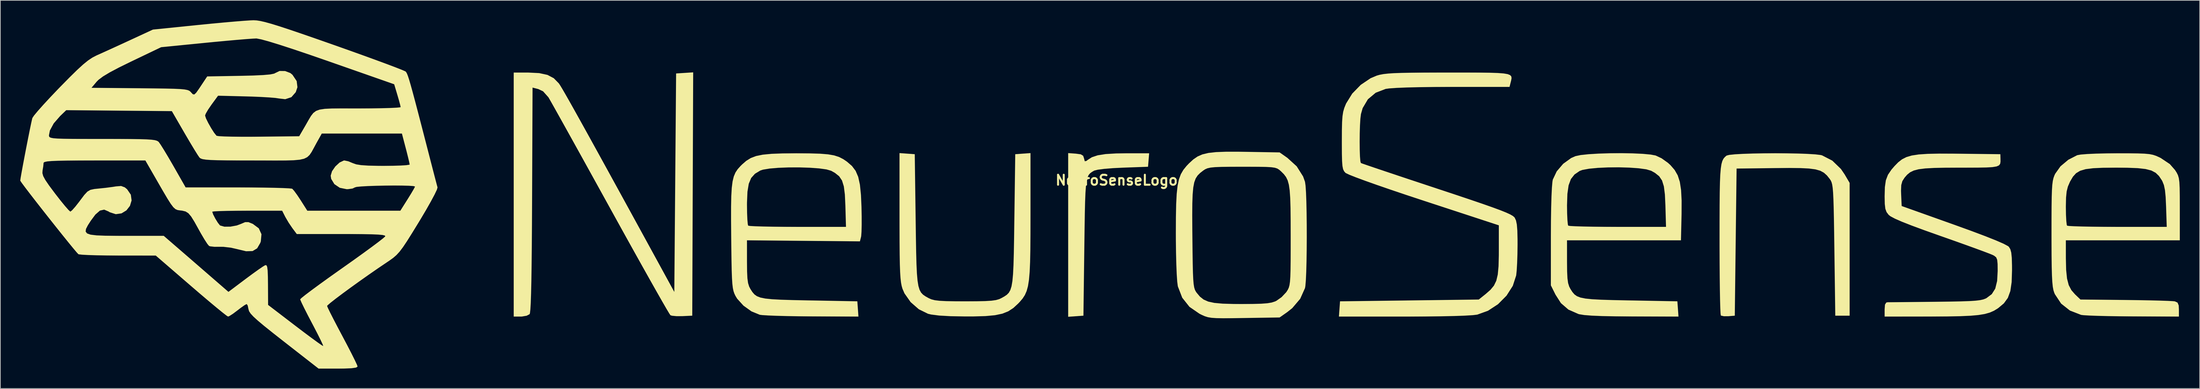
<source format=kicad_pcb>
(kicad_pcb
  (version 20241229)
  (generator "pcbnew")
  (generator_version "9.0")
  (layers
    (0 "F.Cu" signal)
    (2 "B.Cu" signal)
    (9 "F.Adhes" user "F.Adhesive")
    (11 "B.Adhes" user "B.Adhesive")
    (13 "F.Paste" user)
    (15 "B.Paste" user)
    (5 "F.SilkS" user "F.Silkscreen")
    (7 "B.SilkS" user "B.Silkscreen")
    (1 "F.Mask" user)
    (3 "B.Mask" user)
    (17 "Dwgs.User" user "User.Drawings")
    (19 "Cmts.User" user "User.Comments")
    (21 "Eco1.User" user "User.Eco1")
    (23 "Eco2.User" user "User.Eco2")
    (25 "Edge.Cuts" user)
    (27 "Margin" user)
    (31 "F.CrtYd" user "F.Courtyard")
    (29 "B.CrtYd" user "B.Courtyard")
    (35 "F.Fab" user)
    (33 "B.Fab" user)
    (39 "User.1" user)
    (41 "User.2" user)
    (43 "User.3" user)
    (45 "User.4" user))
  (footprint "NeuroSenseLogo"
    (layer "F.Cu")
    (at 165.1 24.09)
    (property "Reference" "NeuroSenseLogo" (at 0 0 0) (layer "F.SilkS") (effects (font (size 1.5 1.5) (thickness 0.3))))
    (attr board_only exclude_from_pos_files exclude_from_bom)
    (fp_poly (pts (xy -6.147 -4.001) (xy -5.401 -3.9) (xy -5.039 -3.679) (xy -4.91 -3.288) (xy -4.797 -2.856) (xy -4.556 -2.896) (xy -4.369 -3.047) (xy -3.726 -3.46) (xy -2.847 -3.752) (xy -1.653 -3.939) (xy -0.064 -4.034) (xy 1.408 -4.053) (xy 4.896 -4.053) (xy 4.813 -3.04) (xy 4.729 -2.027) (xy 0.946 -1.891) (xy -0.578 -1.815) (xy -1.873 -1.709) (xy -2.84 -1.582) (xy -3.376 -1.446) (xy -3.4 -1.433) (xy -3.73 -1.239) (xy -4.001 -1.037) (xy -4.219 -0.776) (xy -4.391 -0.401) (xy -4.523 0.14) (xy -4.622 0.899) (xy -4.695 1.93) (xy -4.749 3.284) (xy -4.79 5.016) (xy -4.825 7.177) (xy -4.86 9.821) (xy -4.864 10.107) (xy -4.999 20.401) (xy -6.147 20.484) (xy -7.296 20.567) (xy -7.296 8.241) (xy -7.296 -4.084)) (stroke (width 0) (type solid)) (fill yes) (layer "F.SilkS"))
    (fp_poly (pts (xy 100.935 -4.048) (xy 102.573 -4.018) (xy 104.021 -3.966) (xy 105.191 -3.894) (xy 105.99 -3.8) (xy 106.221 -3.746) (xy 107.776 -2.945) (xy 109.075 -1.689) (xy 109.633 -0.869) (xy 110.382 0.405) (xy 110.382 10.403) (xy 110.382 20.401) (xy 109.301 20.401) (xy 108.22 20.401) (xy 108.085 10.49) (xy 108.049 7.909) (xy 108.015 5.812) (xy 107.979 4.145) (xy 107.939 2.851) (xy 107.89 1.875) (xy 107.83 1.161) (xy 107.753 0.655) (xy 107.657 0.299) (xy 107.538 0.039) (xy 107.392 -0.181) (xy 107.39 -0.183) (xy 106.965 -0.714) (xy 106.514 -1.122) (xy 105.965 -1.423) (xy 105.244 -1.63) (xy 104.278 -1.76) (xy 102.992 -1.826) (xy 101.314 -1.843) (xy 99.169 -1.826) (xy 99.168 -1.826) (xy 93.359 -1.756) (xy 93.223 9.322) (xy 93.088 20.401) (xy 92.133 20.481) (xy 91.444 20.485) (xy 91.011 20.39) (xy 90.984 20.369) (xy 90.943 20.066) (xy 90.905 19.279) (xy 90.87 18.068) (xy 90.841 16.488) (xy 90.817 14.599) (xy 90.801 12.456) (xy 90.792 10.118) (xy 90.791 8.989) (xy 90.793 6.141) (xy 90.801 3.782) (xy 90.819 1.863) (xy 90.852 0.334) (xy 90.903 -0.857) (xy 90.978 -1.759) (xy 91.079 -2.422) (xy 91.212 -2.898) (xy 91.38 -3.236) (xy 91.588 -3.486) (xy 91.84 -3.7) (xy 91.849 -3.707) (xy 92.255 -3.814) (xy 93.11 -3.902) (xy 94.324 -3.97) (xy 95.804 -4.02) (xy 97.46 -4.049) (xy 99.201 -4.059)) (stroke (width 0) (type solid)) (fill yes) (layer "F.SilkS"))
    (fp_poly (pts (xy -63.836 2.079) (xy -63.905 20.401) (xy -65.391 20.471) (xy -66.275 20.475) (xy -66.951 20.41) (xy -67.188 20.336) (xy -67.369 20.07) (xy -67.787 19.37) (xy -68.42 18.275) (xy -69.247 16.824) (xy -70.245 15.058) (xy -71.391 13.016) (xy -72.664 10.737) (xy -74.041 8.261) (xy -75.5 5.626) (xy -76.219 4.323) (xy -77.722 1.602) (xy -79.161 -1.001) (xy -80.513 -3.444) (xy -81.756 -5.684) (xy -82.865 -7.679) (xy -83.817 -9.388) (xy -84.588 -10.767) (xy -85.156 -11.776) (xy -85.497 -12.371) (xy -85.567 -12.489) (xy -86.37 -13.387) (xy -87.074 -13.722) (xy -87.954 -13.95) (xy -88.024 2.93) (xy -88.043 6.762) (xy -88.068 10.072) (xy -88.098 12.879) (xy -88.133 15.201) (xy -88.176 17.056) (xy -88.224 18.463) (xy -88.28 19.441) (xy -88.344 20.009) (xy -88.395 20.173) (xy -88.845 20.409) (xy -89.574 20.532) (xy -89.744 20.536) (xy -90.791 20.536) (xy -90.791 2.162) (xy -90.791 -16.213) (xy -88.621 -16.213) (xy -86.958 -16.131) (xy -85.706 -15.859) (xy -84.757 -15.359) (xy -84.004 -14.592) (xy -83.974 -14.553) (xy -83.78 -14.26) (xy -83.46 -13.73) (xy -83.002 -12.941) (xy -82.395 -11.874) (xy -81.628 -10.508) (xy -80.69 -8.825) (xy -79.569 -6.804) (xy -78.256 -4.425) (xy -76.739 -1.669) (xy -75.007 1.485) (xy -73.049 5.055) (xy -70.854 9.063) (xy -68.659 13.074) (xy -66.607 16.825) (xy -66.472 0.374) (xy -66.337 -16.078) (xy -65.052 -16.16) (xy -63.766 -16.243)) (stroke (width 0) (type solid)) (fill yes) (layer "F.SilkS"))
    (fp_poly (pts (xy -12.97 5.34) (xy -12.974 8.128) (xy -12.991 10.434) (xy -13.03 12.312) (xy -13.097 13.821) (xy -13.202 15.017) (xy -13.351 15.957) (xy -13.554 16.698) (xy -13.818 17.297) (xy -14.151 17.811) (xy -14.561 18.296) (xy -14.826 18.575) (xy -15.551 19.243) (xy -16.317 19.743) (xy -17.211 20.099) (xy -18.325 20.332) (xy -19.747 20.463) (xy -21.567 20.515) (xy -22.814 20.517) (xy -25.024 20.479) (xy -26.722 20.383) (xy -27.93 20.228) (xy -28.405 20.114) (xy -29.789 19.434) (xy -31.02 18.36) (xy -31.95 17.039) (xy -32.252 16.337) (xy -32.373 15.917) (xy -32.47 15.398) (xy -32.546 14.722) (xy -32.603 13.829) (xy -32.645 12.662) (xy -32.672 11.162) (xy -32.688 9.269) (xy -32.695 6.926) (xy -32.696 5.476) (xy -32.696 -4.084) (xy -31.547 -4.001) (xy -30.399 -3.918) (xy -30.264 5.957) (xy -30.226 8.655) (xy -30.188 10.866) (xy -30.14 12.645) (xy -30.074 14.044) (xy -29.98 15.118) (xy -29.85 15.92) (xy -29.675 16.504) (xy -29.446 16.925) (xy -29.154 17.235) (xy -28.789 17.488) (xy -28.344 17.738) (xy -28.302 17.761) (xy -27.896 17.942) (xy -27.382 18.072) (xy -26.67 18.158) (xy -25.67 18.21) (xy -24.293 18.234) (xy -22.833 18.239) (xy -21.083 18.232) (xy -19.783 18.203) (xy -18.844 18.145) (xy -18.176 18.051) (xy -17.689 17.912) (xy -17.364 17.761) (xy -16.911 17.508) (xy -16.54 17.258) (xy -16.242 16.955) (xy -16.008 16.546) (xy -15.829 15.978) (xy -15.695 15.196) (xy -15.599 14.148) (xy -15.531 12.778) (xy -15.482 11.034) (xy -15.443 8.862) (xy -15.406 6.208) (xy -15.402 5.957) (xy -15.267 -3.918) (xy -14.119 -4.001) (xy -12.97 -4.084)) (stroke (width 0) (type solid)) (fill yes) (layer "F.SilkS"))
    (fp_poly (pts (xy 77.703 -4.044) (xy 79.209 -3.974) (xy 80.418 -3.863) (xy 81.168 -3.721) (xy 82.068 -3.298) (xy 83.029 -2.61) (xy 83.401 -2.269) (xy 84.03 -1.541) (xy 84.494 -0.732) (xy 84.81 0.245) (xy 85 1.481) (xy 85.082 3.063) (xy 85.074 5.08) (xy 85.067 5.404) (xy 84.982 9.052) (xy 76.403 9.052) (xy 67.823 9.052) (xy 67.824 12.295) (xy 67.838 13.746) (xy 67.888 14.774) (xy 67.988 15.495) (xy 68.155 16.025) (xy 68.35 16.398) (xy 68.639 16.844) (xy 68.942 17.197) (xy 69.325 17.469) (xy 69.851 17.673) (xy 70.585 17.821) (xy 71.591 17.925) (xy 72.935 17.997) (xy 74.679 18.05) (xy 76.89 18.097) (xy 77.281 18.104) (xy 84.441 18.239) (xy 84.525 19.388) (xy 84.608 20.536) (xy 77.634 20.518) (xy 75.119 20.5) (xy 73.105 20.461) (xy 71.556 20.397) (xy 70.431 20.308) (xy 69.694 20.191) (xy 69.536 20.148) (xy 68.032 19.485) (xy 66.904 18.51) (xy 66.09 17.239) (xy 65.391 15.836) (xy 65.393 8.391) (xy 65.404 6.134) (xy 65.435 4.125) (xy 65.445 3.801) (xy 67.823 3.801) (xy 67.839 4.996) (xy 67.883 5.982) (xy 67.946 6.64) (xy 68.004 6.845) (xy 68.311 6.893) (xy 69.087 6.936) (xy 70.26 6.972) (xy 71.756 7.001) (xy 73.505 7.019) (xy 75.434 7.026) (xy 75.457 7.026) (xy 82.73 7.026) (xy 82.64 3.802) (xy 82.562 2.145) (xy 82.407 0.926) (xy 82.133 0.046) (xy 81.7 -0.597) (xy 81.067 -1.103) (xy 80.504 -1.418) (xy 79.775 -1.636) (xy 78.636 -1.795) (xy 77.212 -1.897) (xy 75.626 -1.942) (xy 74.003 -1.928) (xy 72.465 -1.858) (xy 71.137 -1.731) (xy 70.142 -1.548) (xy 69.732 -1.398) (xy 68.954 -0.864) (xy 68.409 -0.173) (xy 68.061 0.771) (xy 67.878 2.058) (xy 67.823 3.784) (xy 67.823 3.801) (xy 65.445 3.801) (xy 65.484 2.426) (xy 65.549 1.101) (xy 65.627 0.214) (xy 65.681 -0.087) (xy 66.272 -1.335) (xy 67.245 -2.473) (xy 68.447 -3.34) (xy 69.1 -3.627) (xy 69.883 -3.791) (xy 71.087 -3.918) (xy 72.59 -4.008) (xy 74.273 -4.06) (xy 76.018 -4.072)) (stroke (width 0) (type solid)) (fill yes) (layer "F.SilkS"))
    (fp_poly (pts (xy 125.998 -4) (xy 126.883 -3.991) (xy 133.08 -3.918) (xy 133.098 -3.243) (xy 133.104 -2.81) (xy 133.054 -2.481) (xy 132.882 -2.241) (xy 132.523 -2.078) (xy 131.912 -1.975) (xy 130.986 -1.919) (xy 129.678 -1.896) (xy 127.924 -1.891) (xy 126.962 -1.891) (xy 124.783 -1.883) (xy 123.073 -1.848) (xy 121.759 -1.774) (xy 120.771 -1.649) (xy 120.037 -1.458) (xy 119.485 -1.19) (xy 119.044 -0.831) (xy 118.658 -0.387) (xy 118.322 0.136) (xy 118.156 0.73) (xy 118.121 1.583) (xy 118.139 2.13) (xy 118.218 3.888) (xy 126.054 6.679) (xy 128.645 7.616) (xy 130.77 8.414) (xy 132.417 9.068) (xy 133.575 9.573) (xy 134.233 9.926) (xy 134.363 10.035) (xy 134.58 10.389) (xy 134.721 10.905) (xy 134.801 11.692) (xy 134.833 12.859) (xy 134.836 13.571) (xy 134.78 15.344) (xy 134.583 16.692) (xy 134.207 17.723) (xy 133.611 18.543) (xy 132.756 19.26) (xy 132.694 19.303) (xy 132.121 19.654) (xy 131.49 19.932) (xy 130.731 20.146) (xy 129.778 20.303) (xy 128.562 20.411) (xy 127.014 20.48) (xy 125.068 20.517) (xy 122.653 20.529) (xy 122.474 20.53) (xy 115.651 20.536) (xy 115.651 19.455) (xy 115.704 18.735) (xy 115.898 18.422) (xy 116.124 18.377) (xy 116.516 18.375) (xy 117.37 18.368) (xy 118.605 18.356) (xy 120.143 18.341) (xy 121.905 18.323) (xy 123.352 18.308) (xy 125.491 18.28) (xy 127.16 18.247) (xy 128.427 18.202) (xy 129.364 18.141) (xy 130.038 18.059) (xy 130.521 17.95) (xy 130.882 17.811) (xy 130.981 17.76) (xy 131.787 17.156) (xy 132.311 16.326) (xy 132.593 15.172) (xy 132.674 13.666) (xy 132.663 12.623) (xy 132.6 11.985) (xy 132.445 11.616) (xy 132.154 11.38) (xy 131.931 11.262) (xy 131.487 11.078) (xy 130.605 10.743) (xy 129.361 10.285) (xy 127.827 9.73) (xy 126.078 9.106) (xy 124.187 8.439) (xy 124.028 8.384) (xy 121.63 7.532) (xy 119.715 6.825) (xy 118.25 6.249) (xy 117.201 5.79) (xy 116.535 5.434) (xy 116.259 5.22) (xy 115.944 4.805) (xy 115.759 4.306) (xy 115.673 3.571) (xy 115.651 2.449) (xy 115.651 2.434) (xy 115.688 1.036) (xy 115.836 0.01) (xy 116.148 -0.812) (xy 116.679 -1.594) (xy 117.142 -2.131) (xy 117.698 -2.7) (xy 118.269 -3.145) (xy 118.926 -3.481) (xy 119.74 -3.722) (xy 120.782 -3.88) (xy 122.125 -3.97) (xy 123.84 -4.006)) (stroke (width 0) (type solid)) (fill yes) (layer "F.SilkS"))
    (fp_poly (pts (xy -46.225 -4.041) (xy -44.663 -3.994) (xy -43.463 -3.897) (xy -42.536 -3.736) (xy -41.795 -3.496) (xy -41.15 -3.163) (xy -40.597 -2.784) (xy -39.856 -2.143) (xy -39.305 -1.413) (xy -38.915 -0.504) (xy -38.656 0.677) (xy -38.499 2.223) (xy -38.421 3.983) (xy -38.393 5.428) (xy -38.392 6.729) (xy -38.416 7.765) (xy -38.464 8.418) (xy -38.483 8.52) (xy -38.656 9.209) (xy -47.16 9.131) (xy -55.664 9.052) (xy -55.663 12.295) (xy -55.649 13.746) (xy -55.6 14.774) (xy -55.499 15.495) (xy -55.333 16.025) (xy -55.137 16.398) (xy -54.848 16.844) (xy -54.545 17.197) (xy -54.162 17.469) (xy -53.637 17.673) (xy -52.903 17.821) (xy -51.896 17.925) (xy -50.553 17.997) (xy -48.808 18.05) (xy -46.597 18.097) (xy -46.206 18.104) (xy -39.046 18.239) (xy -38.963 19.388) (xy -38.88 20.536) (xy -45.853 20.509) (xy -47.792 20.493) (xy -49.596 20.463) (xy -51.18 20.421) (xy -52.462 20.371) (xy -53.355 20.315) (xy -53.739 20.265) (xy -54.988 19.753) (xy -56.194 18.89) (xy -57.146 17.839) (xy -57.396 17.429) (xy -57.56 17.085) (xy -57.691 16.71) (xy -57.791 16.238) (xy -57.868 15.602) (xy -57.924 14.736) (xy -57.966 13.573) (xy -57.997 12.046) (xy -58.023 10.09) (xy -58.04 8.515) (xy -58.061 6.023) (xy -58.06 4.008) (xy -58.054 3.702) (xy -55.664 3.702) (xy -55.648 4.918) (xy -55.606 5.926) (xy -55.544 6.61) (xy -55.484 6.845) (xy -55.176 6.893) (xy -54.4 6.936) (xy -53.228 6.972) (xy -51.731 7.001) (xy -49.982 7.019) (xy -48.053 7.026) (xy -48.03 7.026) (xy -40.757 7.026) (xy -40.847 3.802) (xy -40.925 2.145) (xy -41.081 0.926) (xy -41.354 0.046) (xy -41.787 -0.597) (xy -42.42 -1.103) (xy -42.983 -1.418) (xy -43.686 -1.624) (xy -44.803 -1.779) (xy -46.211 -1.881) (xy -47.784 -1.93) (xy -49.399 -1.926) (xy -50.932 -1.868) (xy -52.26 -1.756) (xy -53.257 -1.59) (xy -53.66 -1.457) (xy -54.464 -0.971) (xy -55.03 -0.338) (xy -55.395 0.534) (xy -55.594 1.738) (xy -55.662 3.366) (xy -55.664 3.702) (xy -58.054 3.702) (xy -58.028 2.405) (xy -57.956 1.151) (xy -57.834 0.182) (xy -57.651 -0.566) (xy -57.4 -1.158) (xy -57.07 -1.656) (xy -56.651 -2.125) (xy -56.403 -2.371) (xy -55.768 -2.921) (xy -55.091 -3.339) (xy -54.29 -3.643) (xy -53.279 -3.849) (xy -51.977 -3.974) (xy -50.3 -4.037) (xy -48.239 -4.053)) (stroke (width 0) (type solid)) (fill yes) (layer "F.SilkS"))
    (fp_poly (pts (xy 152.414 -4.051) (xy 153.771 -4.036) (xy 154.771 -4) (xy 155.504 -3.933) (xy 156.064 -3.825) (xy 156.54 -3.665) (xy 157.025 -3.445) (xy 157.229 -3.344) (xy 158.596 -2.431) (xy 159.376 -1.541) (xy 159.637 -1.133) (xy 159.826 -0.751) (xy 159.955 -0.305) (xy 160.036 0.297) (xy 160.079 1.148) (xy 160.097 2.34) (xy 160.101 3.963) (xy 160.101 4.303) (xy 160.101 9.052) (xy 151.522 9.052) (xy 142.942 9.052) (xy 142.944 11.754) (xy 142.984 13.497) (xy 143.118 14.809) (xy 143.374 15.796) (xy 143.777 16.563) (xy 144.309 17.174) (xy 145.139 17.969) (xy 151.944 18.038) (xy 153.839 18.062) (xy 155.58 18.094) (xy 157.086 18.132) (xy 158.276 18.172) (xy 159.068 18.214) (xy 159.358 18.246) (xy 159.761 18.433) (xy 159.935 18.857) (xy 159.966 19.46) (xy 159.966 20.536) (xy 153.008 20.509) (xy 151.078 20.493) (xy 149.29 20.466) (xy 147.726 20.427) (xy 146.469 20.381) (xy 145.601 20.329) (xy 145.239 20.284) (xy 143.554 19.629) (xy 142.229 18.583) (xy 141.29 17.168) (xy 141.199 16.961) (xy 141.074 16.577) (xy 140.975 16.051) (xy 140.901 15.322) (xy 140.847 14.327) (xy 140.811 13.004) (xy 140.79 11.291) (xy 140.782 9.126) (xy 140.781 8.065) (xy 140.783 5.775) (xy 140.791 4.065) (xy 142.943 4.065) (xy 142.96 5.202) (xy 143.008 6.126) (xy 143.076 6.712) (xy 143.123 6.845) (xy 143.43 6.893) (xy 144.206 6.935) (xy 145.381 6.971) (xy 146.881 7) (xy 148.637 7.018) (xy 150.577 7.026) (xy 150.718 7.026) (xy 158.133 7.026) (xy 158.035 3.986) (xy 157.969 2.528) (xy 157.866 1.486) (xy 157.708 0.737) (xy 157.474 0.156) (xy 157.388 0) (xy 156.96 -0.639) (xy 156.465 -1.118) (xy 155.82 -1.459) (xy 154.946 -1.684) (xy 153.761 -1.817) (xy 152.185 -1.878) (xy 150.509 -1.891) (xy 148.544 -1.874) (xy 147.038 -1.806) (xy 145.913 -1.663) (xy 145.086 -1.419) (xy 144.479 -1.051) (xy 144.011 -0.532) (xy 143.601 0.161) (xy 143.551 0.26) (xy 143.249 0.956) (xy 143.064 1.687) (xy 142.971 2.616) (xy 142.943 3.905) (xy 142.943 4.065) (xy 140.791 4.065) (xy 140.792 3.959) (xy 140.812 2.55) (xy 140.847 1.481) (xy 140.9 0.687) (xy 140.977 0.101) (xy 141.081 -0.345) (xy 141.216 -0.716) (xy 141.331 -0.965) (xy 142.132 -2.093) (xy 143.313 -3.081) (xy 144.649 -3.768) (xy 145.176 -3.864) (xy 146.157 -3.944) (xy 147.502 -4.005) (xy 149.124 -4.043) (xy 150.608 -4.053)) (stroke (width 0) (type solid)) (fill yes) (layer "F.SilkS"))
    (fp_poly (pts (xy 52.455 -16.213) (xy 54.526 -16.207) (xy 56.156 -16.188) (xy 57.395 -16.147) (xy 58.293 -16.078) (xy 58.9 -15.972) (xy 59.265 -15.821) (xy 59.439 -15.617) (xy 59.471 -15.353) (xy 59.41 -15.02) (xy 59.336 -14.726) (xy 59.166 -14.051) (xy 50.538 -14.051) (xy 47.941 -14.041) (xy 45.643 -14.012) (xy 43.694 -13.965) (xy 42.144 -13.902) (xy 41.043 -13.824) (xy 40.517 -13.752) (xy 39.015 -13.175) (xy 37.839 -12.19) (xy 37.048 -10.855) (xy 36.791 -9.954) (xy 36.706 -9.258) (xy 36.646 -8.25) (xy 36.609 -7.054) (xy 36.597 -5.794) (xy 36.608 -4.594) (xy 36.644 -3.576) (xy 36.705 -2.865) (xy 36.779 -2.591) (xy 37.049 -2.489) (xy 37.781 -2.236) (xy 38.921 -1.848) (xy 40.417 -1.345) (xy 42.216 -0.743) (xy 44.267 -0.059) (xy 46.517 0.687) (xy 48.198 1.244) (xy 50.975 2.164) (xy 53.28 2.937) (xy 55.157 3.578) (xy 56.651 4.104) (xy 57.805 4.53) (xy 58.662 4.874) (xy 59.267 5.152) (xy 59.662 5.38) (xy 59.891 5.574) (xy 59.947 5.646) (xy 60.14 6.062) (xy 60.268 6.679) (xy 60.342 7.593) (xy 60.373 8.902) (xy 60.375 9.707) (xy 60.356 11.141) (xy 60.31 12.5) (xy 60.244 13.627) (xy 60.169 14.338) (xy 59.66 15.908) (xy 58.714 17.387) (xy 57.434 18.673) (xy 55.922 19.661) (xy 54.304 20.243) (xy 53.632 20.325) (xy 52.464 20.395) (xy 50.844 20.453) (xy 48.816 20.496) (xy 46.423 20.524) (xy 43.71 20.536) (xy 43.205 20.536) (xy 33.475 20.536) (xy 33.558 19.388) (xy 33.641 18.239) (xy 44.088 18.104) (xy 54.534 17.969) (xy 55.572 17.139) (xy 56.293 16.508) (xy 56.817 15.874) (xy 57.174 15.138) (xy 57.396 14.199) (xy 57.512 12.955) (xy 57.553 11.308) (xy 57.555 10.625) (xy 57.555 6.794) (xy 46.274 3.098) (xy 43.653 2.232) (xy 41.273 1.43) (xy 39.177 0.707) (xy 37.409 0.08) (xy 36.013 -0.437) (xy 35.032 -0.827) (xy 34.511 -1.075) (xy 34.452 -1.118) (xy 34.247 -1.356) (xy 34.101 -1.67) (xy 34.005 -2.148) (xy 33.949 -2.88) (xy 33.922 -3.954) (xy 33.915 -5.459) (xy 33.915 -5.885) (xy 33.922 -7.53) (xy 33.95 -8.743) (xy 34.012 -9.634) (xy 34.118 -10.312) (xy 34.283 -10.887) (xy 34.518 -11.466) (xy 34.559 -11.56) (xy 35.478 -13.045) (xy 36.76 -14.36) (xy 38.248 -15.362) (xy 39.186 -15.758) (xy 39.638 -15.883) (xy 40.176 -15.983) (xy 40.862 -16.062) (xy 41.757 -16.121) (xy 42.921 -16.162) (xy 44.415 -16.19) (xy 46.3 -16.206) (xy 48.636 -16.212) (xy 49.894 -16.213)) (stroke (width 0) (type solid)) (fill yes) (layer "F.SilkS"))
    (fp_poly (pts (xy 18.386 -4.289) (xy 19.505 -4.273) (xy 24.545 -4.188) (xy 25.712 -3.368) (xy 27.12 -2.088) (xy 28.079 -0.567) (xy 28.368 0.238) (xy 28.451 0.821) (xy 28.519 1.852) (xy 28.571 3.237) (xy 28.607 4.883) (xy 28.628 6.698) (xy 28.633 8.589) (xy 28.622 10.463) (xy 28.596 12.227) (xy 28.554 13.789) (xy 28.496 15.055) (xy 28.423 15.932) (xy 28.368 16.245) (xy 27.644 17.859) (xy 26.448 19.264) (xy 25.711 19.851) (xy 24.544 20.671) (xy 19.23 20.753) (xy 17.409 20.779) (xy 16.04 20.788) (xy 15.031 20.772) (xy 14.294 20.722) (xy 13.74 20.629) (xy 13.278 20.485) (xy 12.819 20.281) (xy 12.473 20.108) (xy 10.968 19.071) (xy 9.878 17.696) (xy 9.229 16.016) (xy 9.207 15.916) (xy 9.123 15.254) (xy 9.049 14.145) (xy 8.989 12.681) (xy 8.945 10.956) (xy 8.921 9.062) (xy 8.917 8.007) (xy 8.927 5.579) (xy 8.933 5.274) (xy 11.386 5.274) (xy 11.398 7.481) (xy 11.409 8.56) (xy 11.433 10.796) (xy 11.459 12.557) (xy 11.491 13.907) (xy 11.536 14.912) (xy 11.597 15.636) (xy 11.68 16.143) (xy 11.789 16.5) (xy 11.93 16.771) (xy 12.044 16.937) (xy 12.541 17.53) (xy 13.095 17.97) (xy 13.794 18.279) (xy 14.723 18.479) (xy 15.969 18.591) (xy 17.618 18.638) (xy 18.78 18.644) (xy 20.496 18.634) (xy 21.767 18.6) (xy 22.687 18.531) (xy 23.349 18.422) (xy 23.849 18.261) (xy 24.044 18.171) (xy 24.836 17.614) (xy 25.532 16.875) (xy 25.597 16.781) (xy 25.779 16.493) (xy 25.921 16.193) (xy 26.027 15.814) (xy 26.104 15.288) (xy 26.156 14.549) (xy 26.187 13.528) (xy 26.204 12.16) (xy 26.21 10.376) (xy 26.211 8.463) (xy 26.206 6.088) (xy 26.186 4.187) (xy 26.141 2.697) (xy 26.061 1.551) (xy 25.936 0.683) (xy 25.756 0.03) (xy 25.511 -0.476) (xy 25.193 -0.898) (xy 24.79 -1.302) (xy 24.738 -1.351) (xy 24.468 -1.586) (xy 24.191 -1.76) (xy 23.823 -1.88) (xy 23.282 -1.957) (xy 22.485 -2.001) (xy 21.351 -2.021) (xy 19.796 -2.026) (xy 18.913 -2.027) (xy 17.118 -2.023) (xy 15.781 -2.006) (xy 14.817 -1.968) (xy 14.143 -1.901) (xy 13.676 -1.797) (xy 13.333 -1.648) (xy 13.058 -1.467) (xy 12.58 -1.095) (xy 12.199 -0.715) (xy 11.906 -0.264) (xy 11.69 0.322) (xy 11.54 1.106) (xy 11.447 2.15) (xy 11.399 3.519) (xy 11.386 5.274) (xy 8.933 5.274) (xy 8.965 3.621) (xy 9.045 2.064) (xy 9.18 0.838) (xy 9.383 -0.127) (xy 9.667 -0.9) (xy 10.045 -1.552) (xy 10.53 -2.152) (xy 10.903 -2.54) (xy 11.537 -3.123) (xy 12.18 -3.567) (xy 12.913 -3.889) (xy 13.819 -4.106) (xy 14.978 -4.234) (xy 16.473 -4.29)) (stroke (width 0) (type solid)) (fill yes) (layer "F.SilkS"))
    (fp_poly (pts (xy -129.518 -24.067) (xy -128.954 -23.98) (xy -128.23 -23.815) (xy -127.294 -23.556) (xy -126.098 -23.187) (xy -124.591 -22.693) (xy -122.723 -22.059) (xy -120.443 -21.269) (xy -117.948 -20.394) (xy -115.668 -19.587) (xy -113.541 -18.825) (xy -111.622 -18.128) (xy -109.968 -17.518) (xy -108.632 -17.014) (xy -107.672 -16.637) (xy -107.142 -16.408) (xy -107.06 -16.36) (xy -106.961 -16.238) (xy -106.849 -16.02) (xy -106.711 -15.663) (xy -106.535 -15.12) (xy -106.307 -14.345) (xy -106.016 -13.294) (xy -105.647 -11.92) (xy -105.189 -10.177) (xy -104.628 -8.021) (xy -103.951 -5.405) (xy -103.637 -4.188) (xy -103.233 -2.623) (xy -102.87 -1.221) (xy -102.571 -0.074) (xy -102.36 0.728) (xy -102.263 1.088) (xy -102.362 1.434) (xy -102.709 2.162) (xy -103.263 3.198) (xy -103.983 4.469) (xy -104.83 5.898) (xy -105.082 6.312) (xy -106.076 7.931) (xy -106.849 9.161) (xy -107.462 10.078) (xy -107.974 10.755) (xy -108.443 11.267) (xy -108.93 11.69) (xy -109.492 12.096) (xy -109.878 12.355) (xy -111.18 13.234) (xy -112.57 14.196) (xy -113.978 15.189) (xy -115.333 16.163) (xy -116.564 17.066) (xy -117.603 17.847) (xy -118.377 18.455) (xy -118.818 18.838) (xy -118.894 18.938) (xy -118.772 19.241) (xy -118.433 19.94) (xy -117.918 20.952) (xy -117.268 22.198) (xy -116.597 23.462) (xy -115.859 24.857) (xy -115.219 26.097) (xy -114.719 27.1) (xy -114.399 27.785) (xy -114.3 28.061) (xy -114.52 28.215) (xy -115.199 28.316) (xy -116.369 28.365) (xy -117.239 28.372) (xy -120.177 28.372) (xy -125.413 24.289) (xy -127.084 22.977) (xy -128.371 21.946) (xy -129.322 21.149) (xy -129.985 20.545) (xy -130.409 20.087) (xy -130.641 19.733) (xy -130.731 19.437) (xy -130.733 19.425) (xy -130.849 18.87) (xy -131.003 18.647) (xy -131.3 18.804) (xy -131.872 19.206) (xy -132.375 19.593) (xy -133.068 20.112) (xy -133.604 20.454) (xy -133.808 20.536) (xy -134.071 20.366) (xy -134.684 19.888) (xy -135.591 19.148) (xy -136.736 18.193) (xy -138.061 17.069) (xy -139.373 15.943) (xy -144.693 11.349) (xy -150.37 11.345) (xy -152.079 11.334) (xy -153.61 11.308) (xy -154.879 11.268) (xy -155.802 11.218) (xy -156.293 11.16) (xy -156.343 11.142) (xy -156.591 10.881) (xy -157.108 10.269) (xy -157.84 9.376) (xy -158.732 8.271) (xy -159.73 7.022) (xy -160.779 5.7) (xy -161.825 4.373) (xy -162.813 3.11) (xy -163.689 1.979) (xy -164.397 1.051) (xy -164.884 0.394) (xy -165.095 0.077) (xy -165.1 0.062) (xy -165.05 -0.311) (xy -164.92 -1.063) (xy -161.764 -1.063) (xy -161.641 -0.62) (xy -161.324 -0.034) (xy -160.766 0.785) (xy -159.916 1.925) (xy -159.839 2.027) (xy -159.04 3.052) (xy -158.348 3.899) (xy -157.832 4.484) (xy -157.561 4.727) (xy -157.55 4.729) (xy -157.291 4.526) (xy -156.814 3.989) (xy -156.214 3.226) (xy -156.095 3.065) (xy -155.46 2.223) (xy -154.991 1.718) (xy -154.533 1.451) (xy -153.934 1.323) (xy -153.297 1.258) (xy -152.213 1.144) (xy -151.168 1.007) (xy -150.695 0.932) (xy -149.914 0.868) (xy -149.353 1.078) (xy -149.006 1.367) (xy -148.448 2.18) (xy -148.332 3.043) (xy -148.58 3.862) (xy -149.112 4.544) (xy -149.851 4.993) (xy -150.717 5.117) (xy -151.633 4.82) (xy -151.802 4.711) (xy -152.459 4.431) (xy -153.099 4.574) (xy -153.785 5.172) (xy -154.474 6.098) (xy -154.923 6.795) (xy -155.199 7.332) (xy -155.254 7.732) (xy -155.039 8.014) (xy -154.508 8.199) (xy -153.61 8.307) (xy -152.299 8.359) (xy -150.527 8.375) (xy -149.13 8.377) (xy -143.495 8.377) (xy -141.384 10.201) (xy -140.315 11.125) (xy -139.011 12.254) (xy -137.645 13.438) (xy -136.512 14.42) (xy -133.749 16.815) (xy -131.176 14.88) (xy -130.134 14.109) (xy -129.223 13.456) (xy -128.545 12.994) (xy -128.207 12.794) (xy -128.033 12.804) (xy -127.916 13.045) (xy -127.845 13.598) (xy -127.808 14.542) (xy -127.794 15.711) (xy -127.778 18.78) (xy -123.674 21.919) (xy -122.394 22.89) (xy -121.268 23.73) (xy -120.362 24.391) (xy -119.743 24.824) (xy -119.48 24.979) (xy -119.476 24.978) (xy -119.562 24.725) (xy -119.862 24.083) (xy -120.332 23.141) (xy -120.93 21.985) (xy -121.165 21.54) (xy -121.808 20.312) (xy -122.347 19.249) (xy -122.738 18.444) (xy -122.933 17.991) (xy -122.947 17.935) (xy -122.734 17.722) (xy -122.133 17.243) (xy -121.199 16.538) (xy -119.988 15.649) (xy -118.555 14.616) (xy -116.956 13.482) (xy -116.606 13.235) (xy -114.971 12.079) (xy -113.484 11.011) (xy -112.2 10.074) (xy -111.177 9.309) (xy -110.473 8.759) (xy -110.145 8.467) (xy -110.129 8.444) (xy -110.196 8.336) (xy -110.528 8.252) (xy -111.173 8.189) (xy -112.183 8.146) (xy -113.606 8.12) (xy -115.493 8.108) (xy -116.727 8.106) (xy -123.46 8.106) (xy -124.117 7.228) (xy -124.683 6.395) (xy -125.182 5.543) (xy -125.219 5.472) (xy -125.663 4.594) (xy -130.925 4.594) (xy -132.545 4.601) (xy -133.962 4.621) (xy -135.096 4.652) (xy -135.863 4.691) (xy -136.183 4.736) (xy -136.187 4.742) (xy -136.052 5.151) (xy -135.73 5.777) (xy -135.348 6.398) (xy -135.035 6.793) (xy -135.001 6.819) (xy -134.365 6.999) (xy -133.453 6.992) (xy -132.487 6.814) (xy -131.874 6.585) (xy -131.236 6.314) (xy -130.741 6.312) (xy -130.084 6.577) (xy -130.07 6.584) (xy -129.179 7.246) (xy -128.776 8.132) (xy -128.874 9.21) (xy -128.954 9.444) (xy -129.428 10.26) (xy -130.118 10.671) (xy -131.092 10.699) (xy -132.232 10.427) (xy -133.346 10.167) (xy -134.51 10.03) (xy -135.039 10.026) (xy -135.875 10.029) (xy -136.501 9.958) (xy -136.666 9.901) (xy -136.927 9.59) (xy -137.364 8.917) (xy -137.906 7.999) (xy -138.213 7.447) (xy -138.875 6.256) (xy -139.371 5.46) (xy -139.786 4.973) (xy -140.201 4.71) (xy -140.701 4.587) (xy -141.045 4.548) (xy -141.411 4.492) (xy -141.727 4.355) (xy -142.05 4.067) (xy -142.437 3.558) (xy -142.944 2.758) (xy -143.628 1.599) (xy -144.122 0.743) (xy -146.261 -2.972) (xy -153.924 -2.972) (xy -156.213 -2.968) (xy -158.015 -2.955) (xy -159.382 -2.929) (xy -160.369 -2.888) (xy -161.027 -2.831) (xy -161.411 -2.753) (xy -161.573 -2.652) (xy -161.587 -2.601) (xy -161.638 -2.072) (xy -161.742 -1.452) (xy -161.764 -1.063) (xy -164.92 -1.063) (xy -164.913 -1.103) (xy -164.711 -2.206) (xy -164.465 -3.509) (xy -164.197 -4.903) (xy -163.927 -6.278) (xy -163.828 -6.769) (xy -160.777 -6.769) (xy -160.763 -6.611) (xy -160.685 -6.487) (xy -160.484 -6.391) (xy -160.104 -6.321) (xy -159.488 -6.273) (xy -158.578 -6.242) (xy -157.318 -6.225) (xy -155.651 -6.217) (xy -153.518 -6.215) (xy -152.712 -6.215) (xy -150.396 -6.213) (xy -148.561 -6.204) (xy -147.147 -6.184) (xy -146.094 -6.152) (xy -145.345 -6.102) (xy -144.837 -6.033) (xy -144.513 -5.94) (xy -144.313 -5.82) (xy -144.234 -5.742) (xy -143.95 -5.338) (xy -143.465 -4.566) (xy -142.842 -3.53) (xy -142.146 -2.335) (xy -142.008 -2.094) (xy -140.195 1.081) (xy -132.314 1.085) (xy -130.295 1.093) (xy -128.448 1.112) (xy -126.841 1.142) (xy -125.547 1.18) (xy -124.635 1.225) (xy -124.175 1.275) (xy -124.14 1.288) (xy -123.853 1.605) (xy -123.387 2.244) (xy -122.859 3.04) (xy -121.873 4.594) (xy -114.868 4.594) (xy -107.863 4.594) (xy -106.758 2.844) (xy -106.232 1.993) (xy -105.842 1.33) (xy -105.659 0.975) (xy -105.653 0.952) (xy -105.905 0.882) (xy -106.589 0.834) (xy -107.598 0.808) (xy -108.824 0.801) (xy -110.159 0.812) (xy -111.496 0.84) (xy -112.727 0.882) (xy -113.744 0.939) (xy -114.44 1.007) (xy -114.705 1.081) (xy -115.059 1.253) (xy -115.733 1.346) (xy -115.95 1.351) (xy -116.981 1.142) (xy -117.801 0.588) (xy -118.28 -0.203) (xy -118.353 -0.684) (xy -118.152 -1.355) (xy -117.653 -2.073) (xy -117.011 -2.666) (xy -116.384 -2.962) (xy -116.28 -2.971) (xy -115.693 -2.848) (xy -115.012 -2.565) (xy -114.517 -2.39) (xy -113.764 -2.269) (xy -112.671 -2.197) (xy -111.156 -2.165) (xy -110.351 -2.162) (xy -108.971 -2.175) (xy -107.807 -2.211) (xy -106.952 -2.266) (xy -106.504 -2.334) (xy -106.46 -2.364) (xy -106.523 -2.702) (xy -106.694 -3.428) (xy -106.94 -4.407) (xy -107.042 -4.796) (xy -107.627 -7.026) (xy -113.66 -7.026) (xy -119.693 -7.026) (xy -120.488 -5.607) (xy -120.894 -4.855) (xy -121.219 -4.261) (xy -121.528 -3.805) (xy -121.888 -3.469) (xy -122.363 -3.236) (xy -123.018 -3.088) (xy -123.92 -3.005) (xy -125.133 -2.97) (xy -126.723 -2.965) (xy -128.755 -2.971) (xy -129.952 -2.972) (xy -132.236 -2.975) (xy -134.039 -2.986) (xy -135.421 -3.008) (xy -136.441 -3.044) (xy -137.159 -3.098) (xy -137.635 -3.173) (xy -137.928 -3.272) (xy -138.098 -3.398) (xy -138.113 -3.415) (xy -138.38 -3.804) (xy -138.854 -4.562) (xy -139.474 -5.59) (xy -140.179 -6.787) (xy -140.379 -7.13) (xy -142.273 -10.403) (xy -150.224 -10.475) (xy -158.175 -10.547) (xy -159.094 -9.664) (xy -160.059 -8.557) (xy -160.635 -7.493) (xy -160.777 -6.769) (xy -163.828 -6.769) (xy -163.677 -7.524) (xy -163.468 -8.532) (xy -163.321 -9.193) (xy -163.273 -9.372) (xy -163.03 -9.737) (xy -162.465 -10.418) (xy -161.638 -11.348) (xy -160.609 -12.462) (xy -159.438 -13.691) (xy -159.219 -13.916) (xy -154.371 -13.916) (xy -147.103 -13.849) (xy -144.929 -13.827) (xy -143.232 -13.803) (xy -141.947 -13.772) (xy -141.01 -13.729) (xy -140.358 -13.668) (xy -139.926 -13.584) (xy -139.649 -13.473) (xy -139.465 -13.328) (xy -139.375 -13.226) (xy -139.115 -12.95) (xy -138.893 -12.911) (xy -138.608 -13.174) (xy -138.164 -13.802) (xy -137.932 -14.15) (xy -136.949 -15.63) (xy -131.988 -15.719) (xy -129.993 -15.768) (xy -128.5 -15.838) (xy -127.472 -15.931) (xy -126.87 -16.051) (xy -126.689 -16.145) (xy -126.045 -16.452) (xy -125.212 -16.44) (xy -124.419 -16.135) (xy -124.106 -15.875) (xy -123.473 -14.931) (xy -123.359 -14.005) (xy -123.613 -13.258) (xy -124.272 -12.505) (xy -125.198 -12.2) (xy -126.127 -12.307) (xy -126.648 -12.386) (xy -127.596 -12.466) (xy -128.856 -12.539) (xy -130.315 -12.598) (xy -131.088 -12.62) (xy -135.312 -12.725) (xy -136.29 -11.393) (xy -136.81 -10.636) (xy -137.164 -10.025) (xy -137.268 -9.74) (xy -137.132 -9.314) (xy -136.792 -8.622) (xy -136.349 -7.84) (xy -135.906 -7.147) (xy -135.564 -6.721) (xy -135.525 -6.689) (xy -135.183 -6.634) (xy -134.382 -6.59) (xy -133.202 -6.56) (xy -131.726 -6.545) (xy -130.034 -6.547) (xy -129.169 -6.554) (xy -123.096 -6.62) (xy -122.127 -8.287) (xy -121.681 -9.072) (xy -121.321 -9.676) (xy -120.972 -10.122) (xy -120.559 -10.434) (xy -120.007 -10.636) (xy -119.241 -10.75) (xy -118.186 -10.802) (xy -116.768 -10.813) (xy -114.911 -10.809) (xy -114.132 -10.809) (xy -112.349 -10.817) (xy -110.762 -10.84) (xy -109.444 -10.876) (xy -108.472 -10.922) (xy -107.918 -10.975) (xy -107.819 -11.011) (xy -107.893 -11.359) (xy -108.082 -12.061) (xy -108.307 -12.832) (xy -108.791 -14.45) (xy -118.639 -17.898) (xy -121.5 -18.89) (xy -123.968 -19.723) (xy -126.023 -20.392) (xy -127.642 -20.889) (xy -128.805 -21.208) (xy -129.488 -21.342) (xy -129.567 -21.346) (xy -130.136 -21.319) (xy -131.153 -21.245) (xy -132.53 -21.13) (xy -134.177 -20.983) (xy -136.005 -20.812) (xy -137.268 -20.688) (xy -143.888 -20.032) (xy -148.354 -17.895) (xy -150.21 -16.986) (xy -151.618 -16.241) (xy -152.634 -15.631) (xy -153.314 -15.121) (xy -153.595 -14.837) (xy -154.371 -13.916) (xy -159.219 -13.916) (xy -159.094 -14.045) (xy -157.665 -15.496) (xy -156.533 -16.606) (xy -155.632 -17.431) (xy -154.893 -18.03) (xy -154.25 -18.461) (xy -153.637 -18.78) (xy -153.555 -18.817) (xy -152.711 -19.195) (xy -151.526 -19.733) (xy -150.15 -20.362) (xy -148.732 -21.015) (xy -148.558 -21.095) (xy -145.12 -22.685) (xy -138.289 -23.381) (xy -136.334 -23.575) (xy -134.475 -23.749) (xy -132.806 -23.896) (xy -131.42 -24.006) (xy -130.411 -24.073) (xy -129.972 -24.09)) (stroke (width 0) (type solid)) (fill yes) (layer "F.SilkS")))
  (gr_rect
    (start -3 -3)
    (end 328.201 55.462)
    (stroke (width 0.1) (type default))
    (fill no)
    (layer "Edge.Cuts")))
</source>
